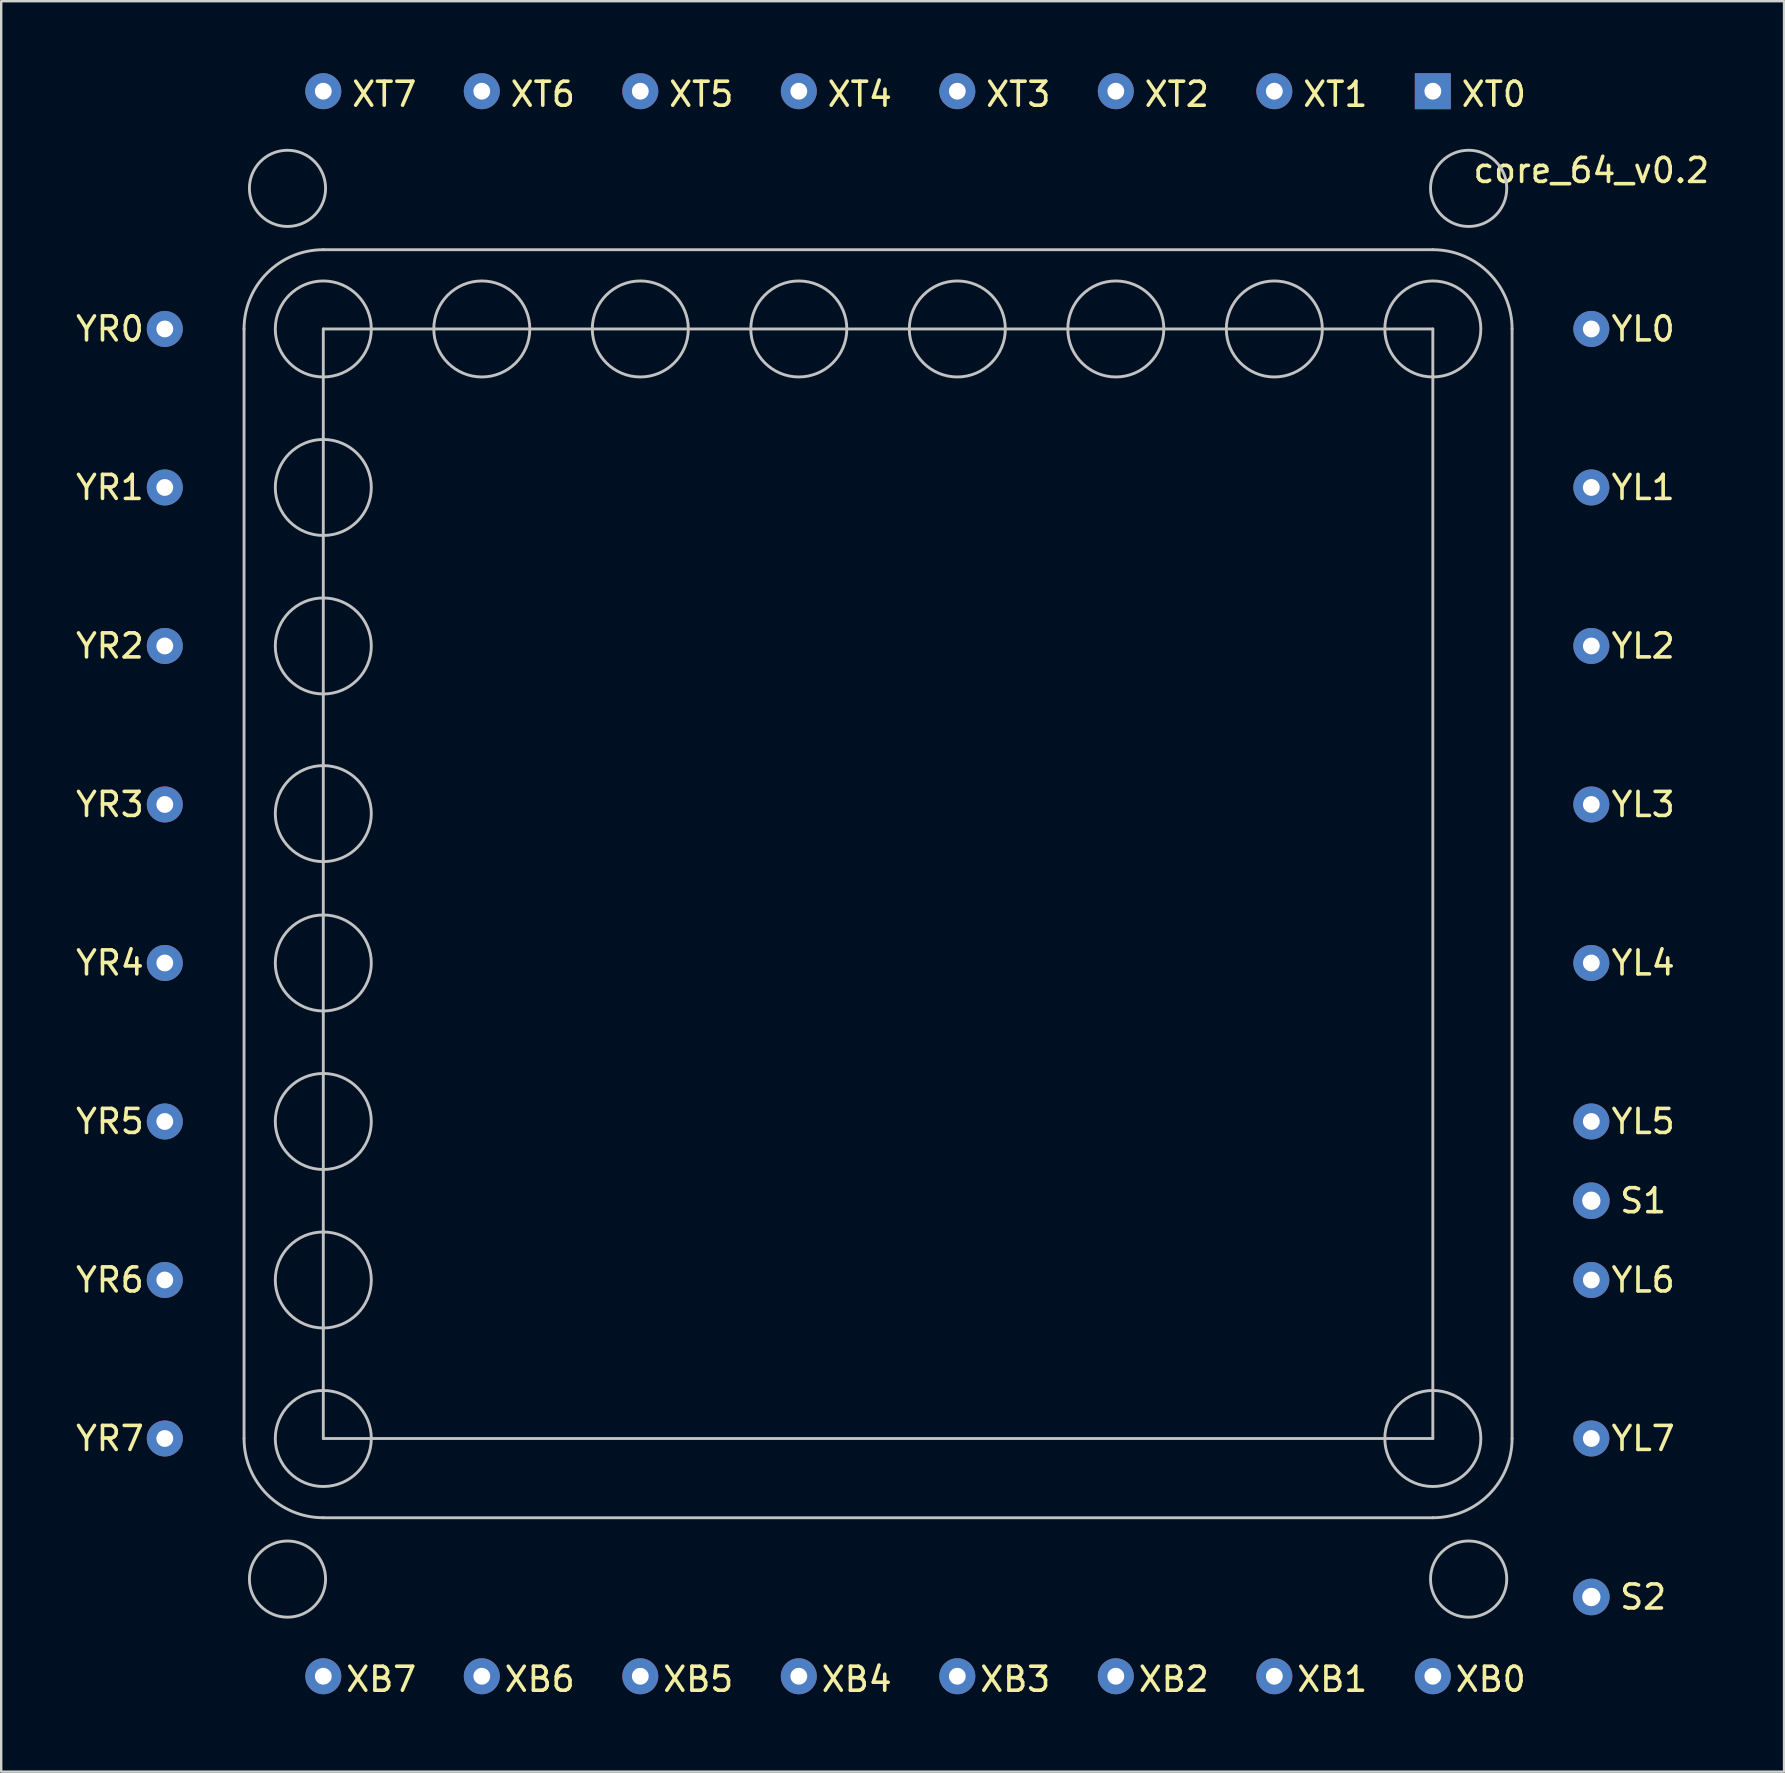
<source format=kicad_pcb>
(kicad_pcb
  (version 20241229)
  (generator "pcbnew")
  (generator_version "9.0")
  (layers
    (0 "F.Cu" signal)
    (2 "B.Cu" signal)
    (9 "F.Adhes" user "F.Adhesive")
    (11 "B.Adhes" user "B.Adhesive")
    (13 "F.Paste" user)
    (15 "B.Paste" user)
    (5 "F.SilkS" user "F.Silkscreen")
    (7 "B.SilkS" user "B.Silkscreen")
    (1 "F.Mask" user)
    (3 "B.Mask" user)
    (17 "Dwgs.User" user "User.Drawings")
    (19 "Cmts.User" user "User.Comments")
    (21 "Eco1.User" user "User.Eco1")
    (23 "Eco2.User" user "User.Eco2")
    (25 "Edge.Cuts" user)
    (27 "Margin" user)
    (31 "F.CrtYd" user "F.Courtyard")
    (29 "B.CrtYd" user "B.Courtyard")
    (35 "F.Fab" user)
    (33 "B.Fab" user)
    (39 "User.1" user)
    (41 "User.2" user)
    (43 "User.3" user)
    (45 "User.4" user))
  (footprint "core_64_v0.2"
    (layer "F.Cu")
    (at 33.534 33.77)
    (property "Reference" "core_64_v0.2" (at 29.718 -29.718 0) (layer "F.SilkS") (effects (font (size 1 1) (thickness 0.15))))
    (attr through_hole)
    (fp_line (start -26.416 23.114) (end -26.416 -23.114) (stroke (width 0.12) (type solid)) (layer "Dwgs.User"))
    (fp_line (start -23.114 -26.416) (end 23.114 -26.416) (stroke (width 0.12) (type solid)) (layer "Dwgs.User"))
    (fp_line (start -23.114 -23.114) (end 23.114 -23.114) (stroke (width 0.12) (type solid)) (layer "Dwgs.User"))
    (fp_line (start -23.114 23.114) (end -23.114 -23.114) (stroke (width 0.12) (type solid)) (layer "Dwgs.User"))
    (fp_line (start 23.114 -23.114) (end 23.114 23.114) (stroke (width 0.12) (type solid)) (layer "Dwgs.User"))
    (fp_line (start 23.114 23.114) (end -23.114 23.114) (stroke (width 0.12) (type solid)) (layer "Dwgs.User"))
    (fp_line (start 23.114 26.416) (end -23.114 26.416) (stroke (width 0.12) (type solid)) (layer "Dwgs.User"))
    (fp_line (start 26.416 -23.114) (end 26.416 23.114) (stroke (width 0.12) (type solid)) (layer "Dwgs.User"))
    (fp_arc (start -26.416 -23.114) (mid -25.448867 -25.448867) (end -23.114 -26.416) (stroke (width 0.12) (type solid)) (layer "Dwgs.User"))
    (fp_arc (start -23.114 26.416) (mid -25.448867 25.448867) (end -26.416 23.114) (stroke (width 0.12) (type solid)) (layer "Dwgs.User"))
    (fp_arc (start 23.114 -26.416) (mid 25.448867 -25.448867) (end 26.416 -23.114) (stroke (width 0.12) (type solid)) (layer "Dwgs.User"))
    (fp_arc (start 26.416 23.114) (mid 25.448867 25.448867) (end 23.114 26.416) (stroke (width 0.12) (type solid)) (layer "Dwgs.User"))
    (fp_circle (center -24.606 -28.972) (end -23.019 -28.972) (stroke (width 0.12) (type solid)) (fill no) (layer "Dwgs.User"))
    (fp_circle (center -24.606 28.972) (end -23.019 28.972) (stroke (width 0.12) (type solid)) (fill no) (layer "Dwgs.User"))
    (fp_circle (center -23.114 -23.114) (end -21.114 -23.114) (stroke (width 0.12) (type solid)) (fill no) (layer "Dwgs.User"))
    (fp_circle (center -23.114 -16.51) (end -21.114 -16.51) (stroke (width 0.12) (type solid)) (fill no) (layer "Dwgs.User"))
    (fp_circle (center -23.114 -9.906) (end -21.114 -9.906) (stroke (width 0.12) (type solid)) (fill no) (layer "Dwgs.User"))
    (fp_circle (center -23.114 -2.921) (end -21.114 -2.921) (stroke (width 0.12) (type solid)) (fill no) (layer "Dwgs.User"))
    (fp_circle (center -23.114 3.302) (end -21.114 3.302) (stroke (width 0.12) (type solid)) (fill no) (layer "Dwgs.User"))
    (fp_circle (center -23.114 9.906) (end -21.114 9.906) (stroke (width 0.12) (type solid)) (fill no) (layer "Dwgs.User"))
    (fp_circle (center -23.114 16.51) (end -21.114 16.51) (stroke (width 0.12) (type solid)) (fill no) (layer "Dwgs.User"))
    (fp_circle (center -23.114 23.114) (end -21.114 23.114) (stroke (width 0.12) (type solid)) (fill no) (layer "Dwgs.User"))
    (fp_circle (center -16.51 -23.114) (end -14.51 -23.114) (stroke (width 0.12) (type solid)) (fill no) (layer "Dwgs.User"))
    (fp_circle (center -9.906 -23.114) (end -7.906 -23.114) (stroke (width 0.12) (type solid)) (fill no) (layer "Dwgs.User"))
    (fp_circle (center -3.302 -23.114) (end -1.302 -23.114) (stroke (width 0.12) (type solid)) (fill no) (layer "Dwgs.User"))
    (fp_circle (center 3.302 -23.114) (end 5.302 -23.114) (stroke (width 0.12) (type solid)) (fill no) (layer "Dwgs.User"))
    (fp_circle (center 9.906 -23.114) (end 11.906 -23.114) (stroke (width 0.12) (type solid)) (fill no) (layer "Dwgs.User"))
    (fp_circle (center 16.51 -23.114) (end 18.51 -23.114) (stroke (width 0.12) (type solid)) (fill no) (layer "Dwgs.User"))
    (fp_circle (center 23.114 -23.114) (end 25.114 -23.114) (stroke (width 0.12) (type solid)) (fill no) (layer "Dwgs.User"))
    (fp_circle (center 23.114 23.114) (end 25.114 23.114) (stroke (width 0.12) (type solid)) (fill no) (layer "Dwgs.User"))
    (fp_circle (center 24.606 -28.972) (end 26.194 -28.972) (stroke (width 0.12) (type solid)) (fill no) (layer "Dwgs.User"))
    (fp_circle (center 24.606 28.972) (end 26.194 28.972) (stroke (width 0.12) (type solid)) (fill no) (layer "Dwgs.User"))
    (fp_text user "XT2" (at 12.446 -32.893 0) (layer "F.SilkS") (effects (font (size 1 1) (thickness 0.15))))
    (fp_text user "XT3" (at 5.842 -32.893 0) (layer "F.SilkS") (effects (font (size 1 1) (thickness 0.15))))
    (fp_text user "XB1" (at 18.923 33.147 0) (layer "F.SilkS") (effects (font (size 1 1) (thickness 0.15))))
    (fp_text user "YR3" (at -32.004 -3.302 0) (layer "F.SilkS") (effects (font (size 1 1) (thickness 0.15))))
    (fp_text user "XT4" (at -0.762 -32.893 0) (layer "F.SilkS") (effects (font (size 1 1) (thickness 0.15))))
    (fp_text user "YR6" (at -32.004 16.51 0) (layer "F.SilkS") (effects (font (size 1 1) (thickness 0.15))))
    (fp_text user "XB5" (at -7.493 33.147 0) (layer "F.SilkS") (effects (font (size 1 1) (thickness 0.15))))
    (fp_text user "S1" (at 31.877 13.208 0) (layer "F.SilkS") (effects (font (size 1 1) (thickness 0.15))))
    (fp_text user "XB4" (at -0.889 33.147 0) (layer "F.SilkS") (effects (font (size 1 1) (thickness 0.15))))
    (fp_text user "YR7" (at -32.004 23.114 0) (layer "F.SilkS") (effects (font (size 1 1) (thickness 0.15))))
    (fp_text user "YL6" (at 31.877 16.51 0) (layer "F.SilkS") (effects (font (size 1 1) (thickness 0.15))))
    (fp_text user "YR0" (at -32.004 -23.114 0) (layer "F.SilkS") (effects (font (size 1 1) (thickness 0.15))))
    (fp_text user "YL1" (at 31.877 -16.51 0) (layer "F.SilkS") (effects (font (size 1 1) (thickness 0.15))))
    (fp_text user "XB0" (at 25.527 33.147 0) (layer "F.SilkS") (effects (font (size 1 1) (thickness 0.15))))
    (fp_text user "XT1" (at 19.05 -32.893 0) (layer "F.SilkS") (effects (font (size 1 1) (thickness 0.15))))
    (fp_text user "YL3" (at 31.877 -3.302 0) (layer "F.SilkS") (effects (font (size 1 1) (thickness 0.15))))
    (fp_text user "XT5" (at -7.366 -32.893 0) (layer "F.SilkS") (effects (font (size 1 1) (thickness 0.15))))
    (fp_text user "S2" (at 31.877 29.718 0) (layer "F.SilkS") (effects (font (size 1 1) (thickness 0.15))))
    (fp_text user "XB3" (at 5.715 33.147 0) (layer "F.SilkS") (effects (font (size 1 1) (thickness 0.15))))
    (fp_text user "YR5" (at -32.004 9.906 0) (layer "F.SilkS") (effects (font (size 1 1) (thickness 0.15))))
    (fp_text user "XB6" (at -14.097 33.147 0) (layer "F.SilkS") (effects (font (size 1 1) (thickness 0.15))))
    (fp_text user "XT7" (at -20.574 -32.893 0) (layer "F.SilkS") (effects (font (size 1 1) (thickness 0.15))))
    (fp_text user "XB2" (at 12.319 33.147 0) (layer "F.SilkS") (effects (font (size 1 1) (thickness 0.15))))
    (fp_text user "YL4" (at 31.877 3.302 0) (layer "F.SilkS") (effects (font (size 1 1) (thickness 0.15))))
    (fp_text user "YL7" (at 31.877 23.114 0) (layer "F.SilkS") (effects (font (size 1 1) (thickness 0.15))))
    (fp_text user "YL5" (at 31.877 9.906 0) (layer "F.SilkS") (effects (font (size 1 1) (thickness 0.15))))
    (fp_text user "YL2" (at 31.877 -9.906 0) (layer "F.SilkS") (effects (font (size 1 1) (thickness 0.15))))
    (fp_text user "YL0" (at 31.877 -23.114 0) (layer "F.SilkS") (effects (font (size 1 1) (thickness 0.15))))
    (fp_text user "YR2" (at -32.004 -9.906 0) (layer "F.SilkS") (effects (font (size 1 1) (thickness 0.15))))
    (fp_text user "XB7" (at -20.701 33.147 0) (layer "F.SilkS") (effects (font (size 1 1) (thickness 0.15))))
    (fp_text user "XT0" (at 25.654 -32.893 0) (layer "F.SilkS") (effects (font (size 1 1) (thickness 0.15))))
    (fp_text user "XT6" (at -13.97 -32.893 0) (layer "F.SilkS") (effects (font (size 1 1) (thickness 0.15))))
    (fp_text user "YR1" (at -32.004 -16.51 0) (layer "F.SilkS") (effects (font (size 1 1) (thickness 0.15))))
    (fp_text user "YR4" (at -32.004 3.302 0) (layer "F.SilkS") (effects (font (size 1 1) (thickness 0.15))))
    (pad "1" thru_hole rect (at 23.114 -33.02 180) (size 1.5 1.5) (drill 0.7) (layers "*.Cu" "*.Mask"))
    (pad "2" thru_hole circle (at 16.51 -33.02 180) (size 1.5 1.5) (drill 0.7) (layers "*.Cu" "*.Mask"))
    (pad "3" thru_hole circle (at 9.906 -33.02 180) (size 1.5 1.5) (drill 0.7) (layers "*.Cu" "*.Mask"))
    (pad "4" thru_hole circle (at 3.302 -33.02 180) (size 1.5 1.5) (drill 0.7) (layers "*.Cu" "*.Mask"))
    (pad "5" thru_hole circle (at -3.302 -33.02 180) (size 1.5 1.5) (drill 0.7) (layers "*.Cu" "*.Mask"))
    (pad "6" thru_hole circle (at -9.906 -33.02 180) (size 1.5 1.5) (drill 0.7) (layers "*.Cu" "*.Mask"))
    (pad "7" thru_hole circle (at -16.51 -33.02 180) (size 1.5 1.5) (drill 0.7) (layers "*.Cu" "*.Mask"))
    (pad "8" thru_hole circle (at -23.114 -33.02 180) (size 1.5 1.5) (drill 0.7) (layers "*.Cu" "*.Mask"))
    (pad "9" thru_hole circle (at -29.718 -23.114 180) (size 1.5 1.5) (drill 0.7) (layers "*.Cu" "*.Mask"))
    (pad "10" thru_hole circle (at -29.718 -16.51 180) (size 1.5 1.5) (drill 0.7) (layers "*.Cu" "*.Mask"))
    (pad "11" thru_hole circle (at -29.718 -9.906 180) (size 1.5 1.5) (drill 0.7) (layers "*.Cu" "*.Mask"))
    (pad "12" thru_hole circle (at -29.718 -3.302 180) (size 1.5 1.5) (drill 0.7) (layers "*.Cu" "*.Mask"))
    (pad "13" thru_hole circle (at -29.718 3.302 180) (size 1.5 1.5) (drill 0.7) (layers "*.Cu" "*.Mask"))
    (pad "14" thru_hole circle (at -29.718 9.906 180) (size 1.5 1.5) (drill 0.7) (layers "*.Cu" "*.Mask"))
    (pad "15" thru_hole circle (at -29.718 16.51 180) (size 1.5 1.5) (drill 0.7) (layers "*.Cu" "*.Mask"))
    (pad "16" thru_hole circle (at -29.718 23.114 180) (size 1.5 1.5) (drill 0.7) (layers "*.Cu" "*.Mask"))
    (pad "17" thru_hole circle (at -23.114 33.02 180) (size 1.5 1.5) (drill 0.7) (layers "*.Cu" "*.Mask"))
    (pad "18" thru_hole circle (at -16.51 33.02 180) (size 1.5 1.5) (drill 0.7) (layers "*.Cu" "*.Mask"))
    (pad "19" thru_hole circle (at -9.906 33.02 180) (size 1.5 1.5) (drill 0.7) (layers "*.Cu" "*.Mask"))
    (pad "20" thru_hole circle (at -3.302 33.02 180) (size 1.5 1.5) (drill 0.7) (layers "*.Cu" "*.Mask"))
    (pad "21" thru_hole circle (at 3.302 33.02 180) (size 1.5 1.5) (drill 0.7) (layers "*.Cu" "*.Mask"))
    (pad "22" thru_hole circle (at 9.906 33.02 180) (size 1.5 1.5) (drill 0.7) (layers "*.Cu" "*.Mask"))
    (pad "23" thru_hole circle (at 16.51 33.02 180) (size 1.5 1.5) (drill 0.7) (layers "*.Cu" "*.Mask"))
    (pad "24" thru_hole circle (at 23.114 33.02 180) (size 1.5 1.5) (drill 0.7) (layers "*.Cu" "*.Mask"))
    (pad "25" thru_hole circle (at 29.718 23.114 180) (size 1.5 1.5) (drill 0.7) (layers "*.Cu" "*.Mask"))
    (pad "26" thru_hole circle (at 29.718 16.51 180) (size 1.5 1.5) (drill 0.7) (layers "*.Cu" "*.Mask"))
    (pad "27" thru_hole circle (at 29.718 9.906 180) (size 1.5 1.5) (drill 0.7) (layers "*.Cu" "*.Mask"))
    (pad "28" thru_hole circle (at 29.718 3.302 180) (size 1.5 1.5) (drill 0.7) (layers "*.Cu" "*.Mask"))
    (pad "29" thru_hole circle (at 29.718 -3.302 180) (size 1.5 1.5) (drill 0.7) (layers "*.Cu" "*.Mask"))
    (pad "30" thru_hole circle (at 29.718 -9.906 180) (size 1.5 1.5) (drill 0.7) (layers "*.Cu" "*.Mask"))
    (pad "31" thru_hole circle (at 29.718 -16.51 180) (size 1.5 1.5) (drill 0.7) (layers "*.Cu" "*.Mask"))
    (pad "32" thru_hole circle (at 29.718 -23.114 180) (size 1.5 1.5) (drill 0.7) (layers "*.Cu" "*.Mask"))
    (pad "33" thru_hole circle (at 29.718 13.208) (size 1.524 1.524) (drill 0.762) (layers "*.Cu" "*.Mask"))
    (pad "34" thru_hole circle (at 29.718 29.718) (size 1.524 1.524) (drill 0.762) (layers "*.Cu" "*.Mask")))
  (gr_rect
    (start -3 -3)
    (end 71.282 70.765)
    (stroke (width 0.1) (type default))
    (fill no)
    (layer "Edge.Cuts")))
</source>
